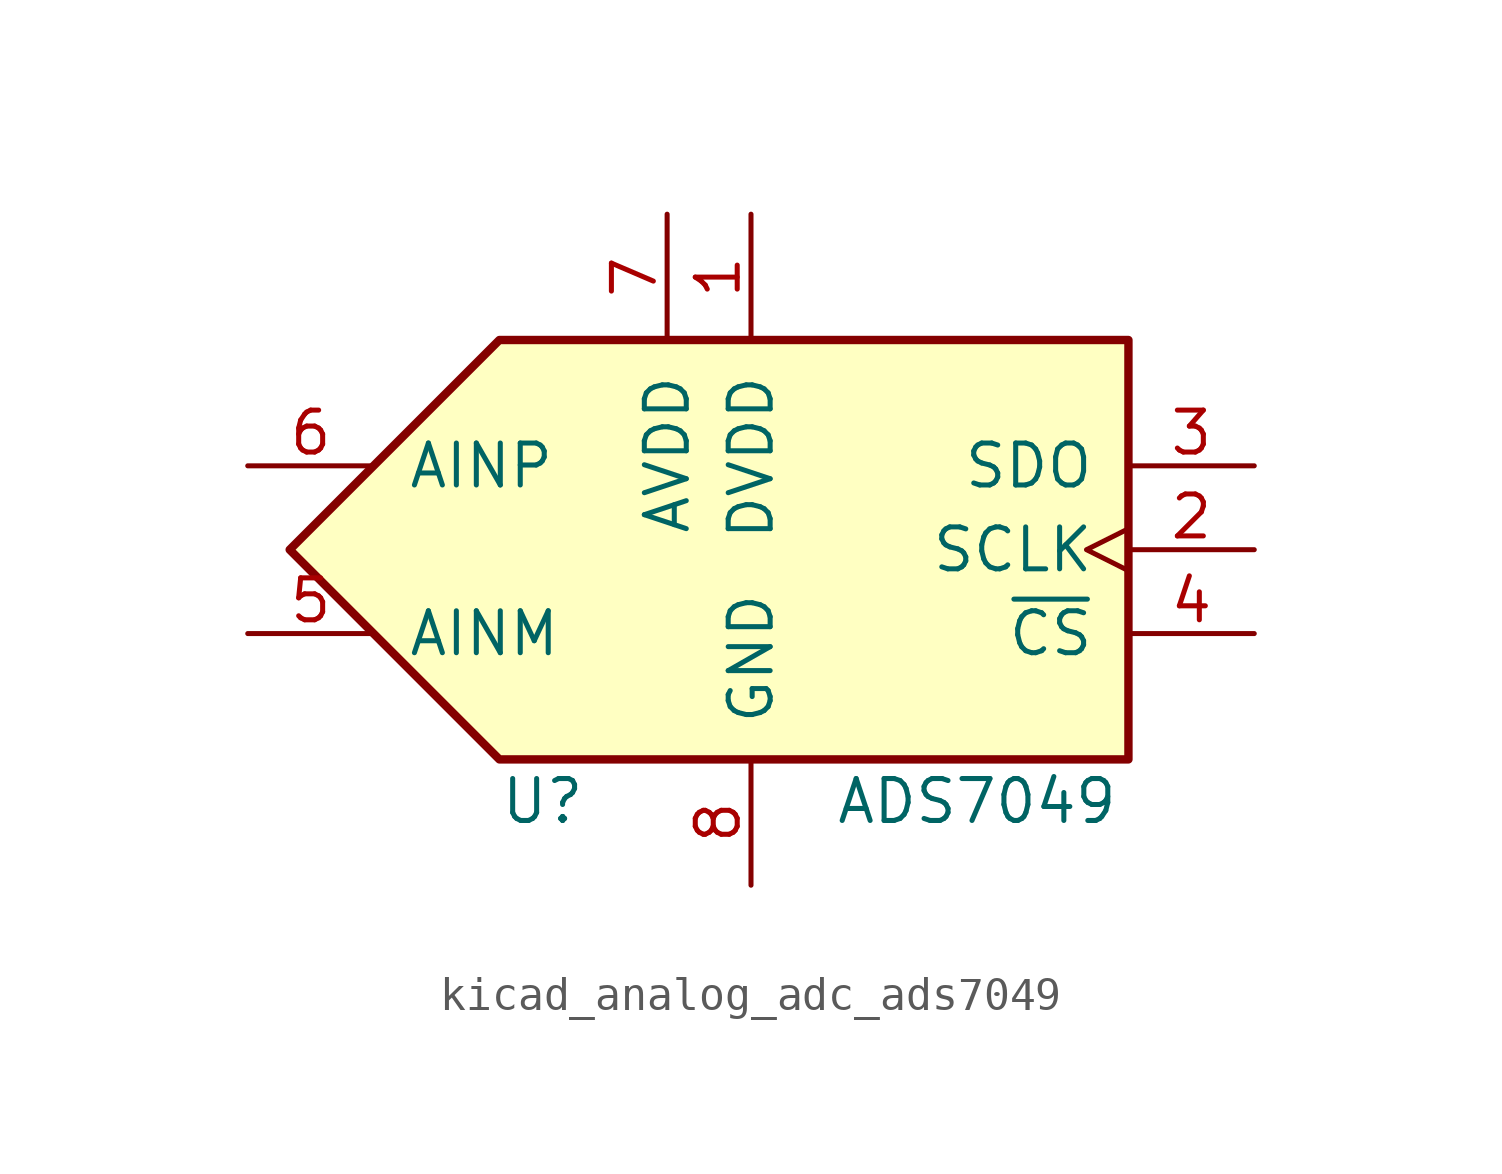
<source format=kicad_sym>
(kicad_symbol_lib
  (version 20220914)
  (generator kicad_symbol_editor)
  (symbol "kicad_analog_adc_ads7049"
    (pin_names
      (offset 1.016))
    (property "Reference" "U"
      (at -7.62 -7.62 0)
      (effects (font (size 1.27 1.27)) (justify left)))
    (property "Value" "ADS7049"
      (at 2.54 -7.62 0)
      (effects (font (size 1.27 1.27)) (justify left)))
    (symbol "kicad_analog_adc_ads7049_0_1"
      (polyline (pts (xy -13.97 0) (xy -7.62 6.35) (xy 11.43 6.35) (xy 11.43 -6.35) (xy -7.62 -6.35) (xy -13.97 0)) (stroke (width 0.254) (type default)) (fill (type background))))
    (symbol "kicad_analog_adc_ads7049_1_1"
      (pin power_in line (at 0 10.16 270) (length 3.81) (name "DVDD" (effects (font (size 1.27 1.27)))) (number "1" (effects (font (size 1.27 1.27)))))
      (pin input clock (at 15.24 0 180) (length 3.81) (name "SCLK" (effects (font (size 1.27 1.27)))) (number "2" (effects (font (size 1.27 1.27)))))
      (pin output line (at 15.24 2.54 180) (length 3.81) (name "SDO" (effects (font (size 1.27 1.27)))) (number "3" (effects (font (size 1.27 1.27)))))
      (pin input line (at 15.24 -2.54 180) (length 3.81) (name "~{CS}" (effects (font (size 1.27 1.27)))) (number "4" (effects (font (size 1.27 1.27)))))
      (pin input line (at -15.24 -2.54 0) (length 3.81) (name "AINM" (effects (font (size 1.27 1.27)))) (number "5" (effects (font (size 1.27 1.27)))))
      (pin input line (at -15.24 2.54 0) (length 3.81) (name "AINP" (effects (font (size 1.27 1.27)))) (number "6" (effects (font (size 1.27 1.27)))))
      (pin power_in line (at -2.54 10.16 270) (length 3.81) (name "AVDD" (effects (font (size 1.27 1.27)))) (number "7" (effects (font (size 1.27 1.27)))))
      (pin power_in line (at 0 -10.16 90) (length 3.81) (name "GND" (effects (font (size 1.27 1.27)))) (number "8" (effects (font (size 1.27 1.27))))))))
</source>
